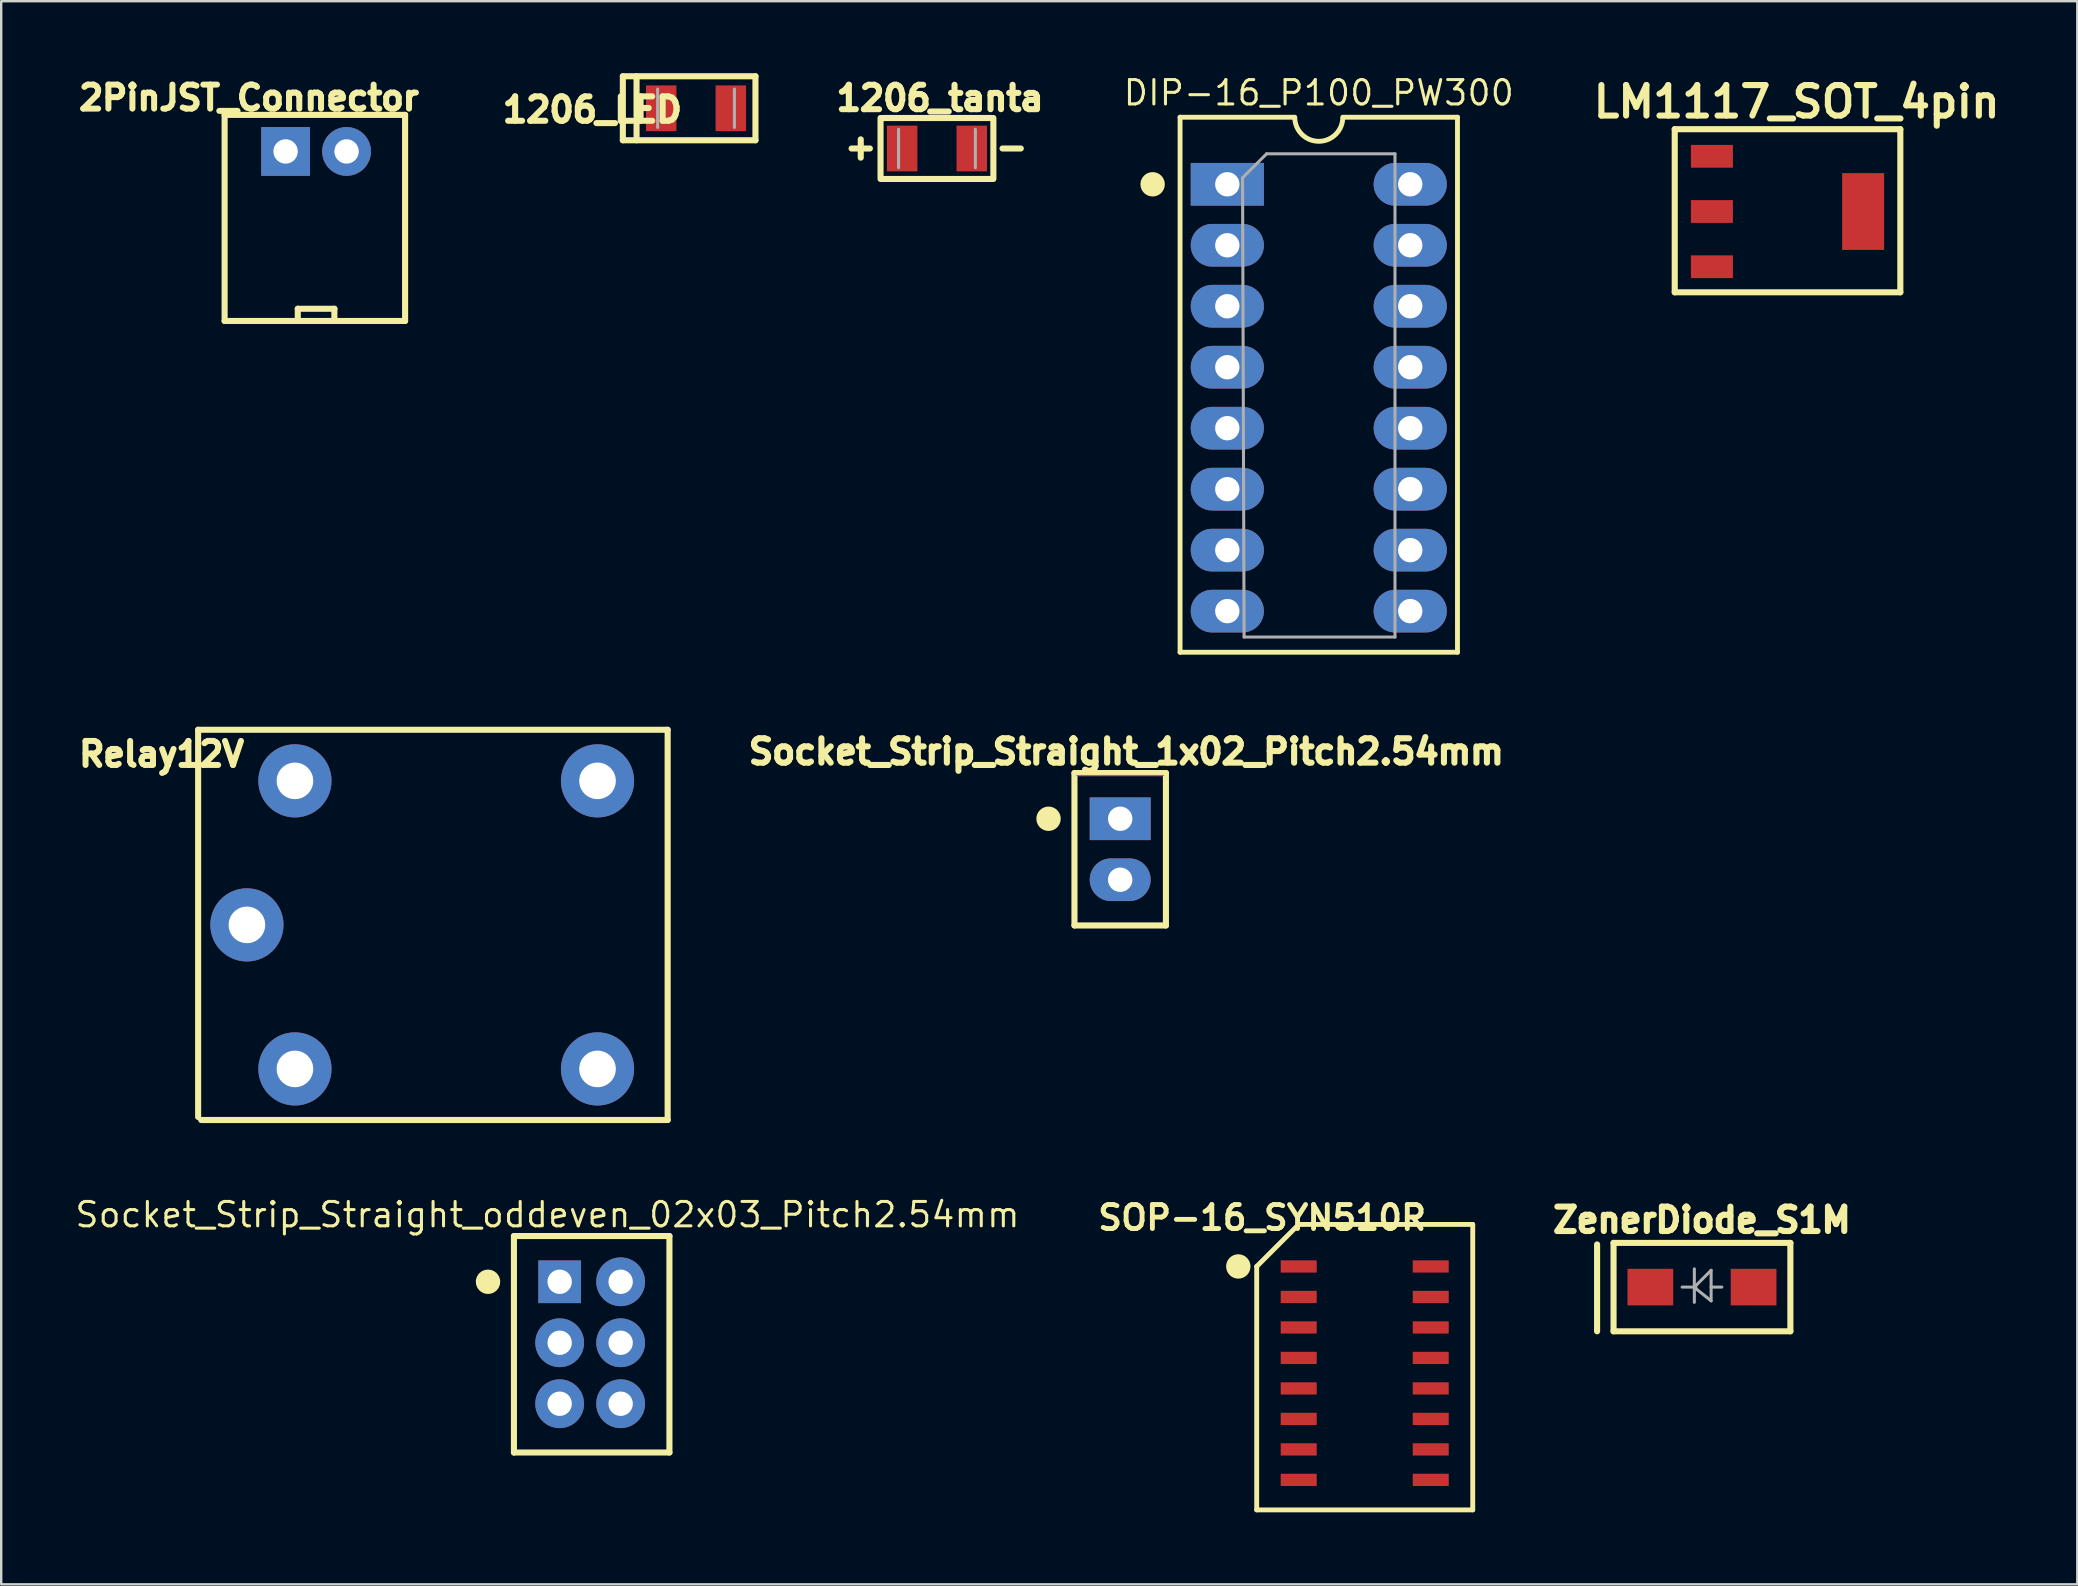
<source format=kicad_pcb>
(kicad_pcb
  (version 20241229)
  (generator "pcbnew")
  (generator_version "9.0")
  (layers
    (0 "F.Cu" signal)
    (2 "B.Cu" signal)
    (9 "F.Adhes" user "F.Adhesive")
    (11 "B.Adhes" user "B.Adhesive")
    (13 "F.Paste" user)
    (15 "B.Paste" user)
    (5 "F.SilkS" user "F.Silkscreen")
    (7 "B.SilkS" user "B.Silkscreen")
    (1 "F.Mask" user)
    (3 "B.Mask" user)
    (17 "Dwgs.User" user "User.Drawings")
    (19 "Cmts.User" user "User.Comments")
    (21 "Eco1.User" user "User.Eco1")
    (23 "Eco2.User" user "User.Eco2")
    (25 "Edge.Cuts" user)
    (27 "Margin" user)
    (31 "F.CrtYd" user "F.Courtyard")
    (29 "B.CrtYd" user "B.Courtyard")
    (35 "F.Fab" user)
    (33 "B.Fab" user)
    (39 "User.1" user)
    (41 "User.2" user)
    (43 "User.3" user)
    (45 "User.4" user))
  (footprint "Socket_Strip_Straight_oddeven_02x03_Pitch2.54mm"
    (layer "F.Cu")
    (at 20.264 50.345)
    (property "Reference" "Socket_Strip_Straight_oddeven_02x03_Pitch2.54mm" (at -0.508 -2.794 0) (layer "F.SilkS") (effects (font (size 1.016 1.016) (thickness 0.127))))
    (attr through_hole)
    (fp_line (start -1.905 -1.905) (end -1.905 7.112) (stroke (width 0.254) (type solid)) (layer "F.SilkS"))
    (fp_line (start -1.905 -1.905) (end 4.572 -1.905) (stroke (width 0.254) (type solid)) (layer "F.SilkS"))
    (fp_line (start -1.905 7.112) (end 4.572 7.112) (stroke (width 0.254) (type solid)) (layer "F.SilkS"))
    (fp_line (start 4.572 7.112) (end 4.572 -1.905) (stroke (width 0.254) (type solid)) (layer "F.SilkS"))
    (fp_circle (center -2.985 0) (end -2.985 0.254) (stroke (width 0.508) (type solid)) (fill no) (layer "F.SilkS"))
    (pad "1" thru_hole rect (at 0 0) (size 1.778 1.778) (drill 1.016) (layers "*.Cu" "*.Mask"))
    (pad "2" thru_hole circle (at 2.54 0) (size 2.032 2.032) (drill 1.016) (layers "*.Cu" "*.Mask"))
    (pad "3" thru_hole circle (at 0 2.54) (size 2.032 2.032) (drill 1.016) (layers "*.Cu" "*.Mask"))
    (pad "4" thru_hole circle (at 2.54 2.54) (size 2.032 2.032) (drill 1.016) (layers "*.Cu" "*.Mask"))
    (pad "5" thru_hole circle (at 0 5.08) (size 2.032 2.032) (drill 1.016) (layers "*.Cu" "*.Mask"))
    (pad "6" thru_hole circle (at 2.54 5.08) (size 2.032 2.032) (drill 1.016) (layers "*.Cu" "*.Mask")))
  (footprint "2PinJST_Connector"
    (layer "F.Cu")
    (at 10.117 3.259)
    (property "Reference" "2PinJST_Connector" (at -2.794 -2.235 0) (layer "F.SilkS") (effects (font (size 1 1) (thickness 0.25))))
    (attr through_hole)
    (fp_line (start -3.81 -1.524) (end -3.81 7.061) (stroke (width 0.254) (type solid)) (layer "F.SilkS"))
    (fp_line (start -3.81 -1.524) (end 3.708 -1.524) (stroke (width 0.254) (type solid)) (layer "F.SilkS"))
    (fp_line (start -3.81 7.061) (end 3.708 7.061) (stroke (width 0.254) (type solid)) (layer "F.SilkS"))
    (fp_line (start -0.762 6.553) (end 0.762 6.553) (stroke (width 0.254) (type solid)) (layer "F.SilkS"))
    (fp_line (start -0.762 7.061) (end -0.762 6.553) (stroke (width 0.254) (type solid)) (layer "F.SilkS"))
    (fp_line (start 0.762 6.553) (end 0.762 7.061) (stroke (width 0.254) (type solid)) (layer "F.SilkS"))
    (fp_line (start 3.708 -1.524) (end 3.708 7.061) (stroke (width 0.254) (type solid)) (layer "F.SilkS"))
    (pad "1" thru_hole rect (at -1.27 0) (size 2.032 2.032) (drill 1.016) (layers "*.Cu" "*.Mask"))
    (pad "2" thru_hole circle (at 1.27 0) (size 2.032 2.032) (drill 1.016) (layers "*.Cu" "*.Mask")))
  (footprint "ZenerDiode_S1M"
    (layer "F.Cu")
    (at 67.849 50.567)
    (property "Reference" "ZenerDiode_S1M" (at 0 -2.794 0) (layer "F.SilkS") (effects (font (size 1.016 1.016) (thickness 0.254))))
    (attr smd)
    (fp_line (start -4.369 -1.778) (end -4.369 1.841) (stroke (width 0.254) (type solid)) (layer "F.SilkS"))
    (fp_line (start -3.683 -1.841) (end -3.683 1.841) (stroke (width 0.254) (type solid)) (layer "F.SilkS"))
    (fp_line (start -3.683 -1.841) (end 3.683 -1.841) (stroke (width 0.254) (type solid)) (layer "F.SilkS"))
    (fp_line (start -3.683 1.841) (end 3.683 1.841) (stroke (width 0.254) (type solid)) (layer "F.SilkS"))
    (fp_line (start 3.683 1.841) (end 3.683 -1.841) (stroke (width 0.254) (type solid)) (layer "F.SilkS"))
    (fp_line (start -0.318 -0.762) (end -0.318 0.635) (stroke (width 0.127) (type solid)) (layer "F.Fab"))
    (fp_line (start -0.254 -0.064) (end 0.381 -0.699) (stroke (width 0.127) (type solid)) (layer "F.Fab"))
    (fp_line (start -0.254 0) (end -0.826 0) (stroke (width 0.127) (type solid)) (layer "F.Fab"))
    (fp_line (start 0.381 -0.699) (end 0.381 0.572) (stroke (width 0.127) (type solid)) (layer "F.Fab"))
    (fp_line (start 0.381 0) (end 0.826 0) (stroke (width 0.127) (type solid)) (layer "F.Fab"))
    (fp_line (start 0.381 0.572) (end -0.254 0.064) (stroke (width 0.127) (type solid)) (layer "F.Fab"))
    (pad "1" smd rect (at -2.15 0 90) (size 1.524 1.905) (layers "F.Cu" "F.Mask" "F.Paste"))
    (pad "2" smd rect (at 2.15 0 90) (size 1.524 1.905) (layers "F.Cu" "F.Mask" "F.Paste")))
  (footprint "1206_tanta"
    (layer "F.Cu")
    (at 34.076 3.136)
    (property "Reference" "1206_tanta" (at 2.032 -2.095 0) (layer "F.SilkS") (effects (font (size 1.016 1.016) (thickness 0.254))))
    (attr smd)
    (fp_line (start -1.651 0) (end -0.889 0) (stroke (width 0.254) (type solid)) (layer "F.SilkS"))
    (fp_line (start -1.27 -0.381) (end -1.27 0.381) (stroke (width 0.254) (type solid)) (layer "F.SilkS"))
    (fp_line (start -0.445 1.27) (end -0.445 -1.27) (stroke (width 0.254) (type solid)) (layer "F.SilkS"))
    (fp_line (start -0.381 -1.27) (end -0.254 -1.27) (stroke (width 0.127) (type solid)) (layer "F.SilkS"))
    (fp_line (start -0.381 -1.27) (end 4.191 -1.27) (stroke (width 0.254) (type solid)) (layer "F.SilkS"))
    (fp_line (start 4.191 1.27) (end -0.381 1.27) (stroke (width 0.254) (type solid)) (layer "F.SilkS"))
    (fp_line (start 4.255 -1.27) (end 4.255 1.27) (stroke (width 0.254) (type solid)) (layer "F.SilkS"))
    (fp_line (start 4.636 0) (end 5.397 0) (stroke (width 0.254) (type solid)) (layer "F.SilkS"))
    (fp_line (start 0.305 0.8) (end 0.305 -0.8) (stroke (width 0.127) (type solid)) (layer "F.Fab"))
    (fp_line (start 3.505 -0.8) (end 3.505 0.8) (stroke (width 0.127) (type solid)) (layer "F.Fab"))
    (pad "1" smd rect (at 0.455 0) (size 1.27 1.905) (layers "F.Cu" "F.Mask" "F.Paste"))
    (pad "2" smd rect (at 3.355 0) (size 1.27 1.905) (layers "F.Cu" "F.Mask" "F.Paste")))
  (footprint "Socket_Strip_Straight_1x02_Pitch2.54mm"
    (layer "F.Cu")
    (at 43.614 31.057)
    (property "Reference" "Socket_Strip_Straight_1x02_Pitch2.54mm" (at 0.254 -2.794 180) (layer "F.SilkS") (effects (font (size 1.016 1.016) (thickness 0.254))))
    (attr through_hole)
    (fp_line (start -1.905 -1.905) (end -1.905 4.445) (stroke (width 0.254) (type solid)) (layer "F.SilkS"))
    (fp_line (start -1.905 -1.905) (end 1.905 -1.905) (stroke (width 0.254) (type solid)) (layer "F.SilkS"))
    (fp_line (start 1.905 4.445) (end -1.905 4.445) (stroke (width 0.254) (type solid)) (layer "F.SilkS"))
    (fp_line (start 1.905 4.445) (end 1.905 -1.905) (stroke (width 0.254) (type solid)) (layer "F.SilkS"))
    (fp_circle (center -2.985 0) (end -2.985 0.254) (stroke (width 0.508) (type solid)) (fill no) (layer "F.SilkS"))
    (fp_line (start 1.8 -1.8) (end -1.8 -1.8) (stroke (width 0.05) (type solid)) (layer "F.CrtYd"))
    (pad "1" thru_hole rect (at 0 0) (size 2.54 1.778) (drill 1.016) (layers "*.Cu" "*.Mask"))
    (pad "2" thru_hole oval (at 0 2.54) (size 2.54 1.778) (drill 1.016) (layers "*.Cu" "*.Mask")))
  (footprint "Relay12V"
    (layer "F.Cu")
    (at 7.236 35.478)
    (property "Reference" "Relay12V" (at -3.556 -7.112 0) (layer "F.SilkS") (effects (font (size 1 1) (thickness 0.25))))
    (attr through_hole)
    (fp_line (start -2.032 -8.128) (end 17.526 -8.128) (stroke (width 0.254) (type solid)) (layer "F.SilkS"))
    (fp_line (start -2.032 8.001) (end -2.032 -8.128) (stroke (width 0.254) (type solid)) (layer "F.SilkS"))
    (fp_line (start 17.526 -8.128) (end 17.526 8.128) (stroke (width 0.254) (type solid)) (layer "F.SilkS"))
    (fp_line (start 17.526 8.128) (end -1.905 8.128) (stroke (width 0.254) (type solid)) (layer "F.SilkS"))
    (pad "1" thru_hole circle (at 2 -6) (size 3.048 3.048) (drill 1.524) (layers "*.Cu" "*.Mask"))
    (pad "2" thru_hole circle (at 2 6) (size 3.048 3.048) (drill 1.524) (layers "*.Cu" "*.Mask"))
    (pad "3" thru_hole circle (at 0 0) (size 3.048 3.048) (drill 1.524) (layers "*.Cu" "*.Mask"))
    (pad "4" thru_hole circle (at 14.605 -6) (size 3.048 3.048) (drill 1.524) (layers "*.Cu" "*.Mask"))
    (pad "5" thru_hole circle (at 14.605 6) (size 3.048 3.048) (drill 1.524) (layers "*.Cu" "*.Mask")))
  (footprint "DIP-16_P100_PW300"
    (layer "F.Cu")
    (at 48.076 4.627)
    (property "Reference" "DIP-16_P100_PW300" (at 3.81 -3.81 0) (layer "F.SilkS") (effects (font (size 1.016 1.016) (thickness 0.127))))
    (attr through_hole)
    (fp_line (start -1.968 19.494) (end -1.968 -2.794) (stroke (width 0.203) (type solid)) (layer "F.SilkS"))
    (fp_line (start 2.794 -2.794) (end -1.968 -2.794) (stroke (width 0.203) (type solid)) (layer "F.SilkS"))
    (fp_line (start 4.826 -2.794) (end 9.588 -2.794) (stroke (width 0.203) (type solid)) (layer "F.SilkS"))
    (fp_line (start 9.588 -2.794) (end 9.588 19.494) (stroke (width 0.203) (type solid)) (layer "F.SilkS"))
    (fp_line (start 9.588 19.494) (end -1.968 19.494) (stroke (width 0.203) (type solid)) (layer "F.SilkS"))
    (fp_arc (start 4.81 -2.7905) (mid 3.81 -1.7905) (end 2.81 -2.7905) (stroke (width 0.2032) (type solid)) (layer "F.SilkS"))
    (fp_circle (center -3.111 0) (end -3.111 0.254) (stroke (width 0.508) (type solid)) (fill no) (layer "F.SilkS"))
    (fp_line (start 0.635 -0.27) (end 1.635 -1.27) (stroke (width 0.127) (type solid)) (layer "F.Fab"))
    (fp_line (start 0.699 18.86) (end 0.635 -0.27) (stroke (width 0.127) (type solid)) (layer "F.Fab"))
    (fp_line (start 0.699 18.86) (end 6.985 18.86) (stroke (width 0.127) (type solid)) (layer "F.Fab"))
    (fp_line (start 1.635 -1.27) (end 6.985 -1.27) (stroke (width 0.127) (type solid)) (layer "F.Fab"))
    (fp_line (start 6.985 -1.27) (end 6.985 18.86) (stroke (width 0.127) (type solid)) (layer "F.Fab"))
    (pad "1" thru_hole rect (at 0 0) (size 3.048 1.778) (drill 1.016) (layers "*.Cu" "*.Mask"))
    (pad "2" thru_hole oval (at 0 2.54) (size 3.048 1.778) (drill 1.016) (layers "*.Cu" "*.Mask"))
    (pad "3" thru_hole oval (at 0 5.08) (size 3.048 1.778) (drill 1.016) (layers "*.Cu" "*.Mask"))
    (pad "4" thru_hole oval (at 0 7.62) (size 3.048 1.778) (drill 1.016) (layers "*.Cu" "*.Mask"))
    (pad "5" thru_hole oval (at 0 10.16) (size 3.048 1.778) (drill 1.016) (layers "*.Cu" "*.Mask"))
    (pad "6" thru_hole oval (at 0 12.7) (size 3.048 1.778) (drill 1.016) (layers "*.Cu" "*.Mask"))
    (pad "7" thru_hole oval (at 0 15.24) (size 3.048 1.778) (drill 1.016) (layers "*.Cu" "*.Mask"))
    (pad "8" thru_hole oval (at 0 17.78) (size 3.048 1.778) (drill 1.016) (layers "*.Cu" "*.Mask"))
    (pad "9" thru_hole oval (at 7.62 17.78) (size 3.048 1.778) (drill 1.016) (layers "*.Cu" "*.Mask"))
    (pad "10" thru_hole oval (at 7.62 15.24) (size 3.048 1.778) (drill 1.016) (layers "*.Cu" "*.Mask"))
    (pad "11" thru_hole oval (at 7.62 12.7) (size 3.048 1.778) (drill 1.016) (layers "*.Cu" "*.Mask"))
    (pad "12" thru_hole oval (at 7.62 10.16) (size 3.048 1.778) (drill 1.016) (layers "*.Cu" "*.Mask"))
    (pad "13" thru_hole oval (at 7.62 7.62) (size 3.048 1.778) (drill 1.016) (layers "*.Cu" "*.Mask"))
    (pad "14" thru_hole oval (at 7.62 5.08) (size 3.048 1.778) (drill 1.016) (layers "*.Cu" "*.Mask"))
    (pad "15" thru_hole oval (at 7.62 2.54) (size 3.048 1.778) (drill 1.016) (layers "*.Cu" "*.Mask"))
    (pad "16" thru_hole oval (at 7.62 0) (size 3.048 1.778) (drill 1.016) (layers "*.Cu" "*.Mask")))
  (footprint "1206_LED"
    (layer "F.Cu")
    (at 24.039 1.46)
    (property "Reference" "1206_LED" (at -2.413 0.064 0) (layer "F.SilkS") (effects (font (size 1.016 1.016) (thickness 0.254))))
    (attr smd)
    (fp_line (start -1.143 -1.333) (end 4.381 -1.333) (stroke (width 0.254) (type solid)) (layer "F.SilkS"))
    (fp_line (start -1.143 1.333) (end -1.143 -1.333) (stroke (width 0.254) (type solid)) (layer "F.SilkS"))
    (fp_line (start -0.572 1.333) (end -0.572 -1.333) (stroke (width 0.254) (type solid)) (layer "F.SilkS"))
    (fp_line (start 4.381 -1.333) (end 4.381 1.333) (stroke (width 0.254) (type solid)) (layer "F.SilkS"))
    (fp_line (start 4.381 1.333) (end -1.143 1.333) (stroke (width 0.254) (type solid)) (layer "F.SilkS"))
    (fp_line (start 0.305 0.8) (end 0.305 -0.8) (stroke (width 0.127) (type solid)) (layer "F.Fab"))
    (fp_line (start 3.505 -0.8) (end 3.505 0.8) (stroke (width 0.127) (type solid)) (layer "F.Fab"))
    (pad "1" smd rect (at 0.455 0) (size 1.27 1.905) (layers "F.Cu" "F.Mask" "F.Paste"))
    (pad "2" smd rect (at 3.355 0) (size 1.27 1.905) (layers "F.Cu" "F.Mask" "F.Paste")))
  (footprint "LM1117_SOT_4pin"
    (layer "F.Cu")
    (at 71.413 5.761)
    (property "Reference" "LM1117_SOT_4pin" (at 0.381 -4.572 0) (layer "F.SilkS") (effects (font (size 1.27 1.27) (thickness 0.254))))
    (attr smd)
    (fp_line (start -4.699 -3.429) (end 4.699 -3.429) (stroke (width 0.254) (type solid)) (layer "F.SilkS"))
    (fp_line (start -4.699 3.365) (end -4.699 -3.429) (stroke (width 0.254) (type solid)) (layer "F.SilkS"))
    (fp_line (start 4.699 -3.429) (end 4.699 3.365) (stroke (width 0.254) (type solid)) (layer "F.SilkS"))
    (fp_line (start 4.699 3.365) (end -4.699 3.365) (stroke (width 0.254) (type solid)) (layer "F.SilkS"))
    (pad "1" smd rect (at -3.15 -2.3 90) (size 0.95 1.75) (layers "F.Cu" "F.Mask" "F.Paste"))
    (pad "2" smd rect (at -3.15 0 90) (size 0.95 1.75) (layers "F.Cu" "F.Mask" "F.Paste"))
    (pad "3" smd rect (at -3.15 2.3 90) (size 0.95 1.75) (layers "F.Cu" "F.Mask" "F.Paste"))
    (pad "4" smd rect (at 3.15 0) (size 1.75 3.2) (layers "F.Cu" "F.Mask" "F.Paste")))
  (footprint "SOP-16_SYN510R"
    (layer "F.Cu")
    (at 51.05 49.707)
    (property "Reference" "SOP-16_SYN510R" (at -1.524 -2.032 0) (layer "F.SilkS") (effects (font (size 1 1) (thickness 0.203))))
    (attr through_hole)
    (fp_line (start -1.75 10.14) (end -1.75 0) (stroke (width 0.203) (type solid)) (layer "F.SilkS"))
    (fp_line (start -1.75 10.14) (end 7.25 10.14) (stroke (width 0.203) (type solid)) (layer "F.SilkS"))
    (fp_line (start 0 -1.75) (end -1.75 0) (stroke (width 0.203) (type solid)) (layer "F.SilkS"))
    (fp_line (start 7.25 -1.75) (end 0 -1.75) (stroke (width 0.203) (type solid)) (layer "F.SilkS"))
    (fp_line (start 7.25 10.14) (end 7.25 -1.75) (stroke (width 0.203) (type solid)) (layer "F.SilkS"))
    (fp_circle (center -2.516 0) (end -2.262 0) (stroke (width 0.508) (type solid)) (fill no) (layer "F.SilkS"))
    (pad "1" smd rect (at 0 0) (size 1.5 0.51) (layers "F.Cu" "F.Mask" "F.Paste"))
    (pad "2" smd rect (at 0 1.27) (size 1.5 0.51) (layers "F.Cu" "F.Mask" "F.Paste"))
    (pad "3" smd rect (at 0 2.54) (size 1.5 0.51) (layers "F.Cu" "F.Mask" "F.Paste"))
    (pad "4" smd rect (at 0 3.81) (size 1.5 0.51) (layers "F.Cu" "F.Mask" "F.Paste"))
    (pad "5" smd rect (at 0 5.08) (size 1.5 0.51) (layers "F.Cu" "F.Mask" "F.Paste"))
    (pad "6" smd rect (at 0 6.35) (size 1.5 0.51) (layers "F.Cu" "F.Mask" "F.Paste"))
    (pad "7" smd rect (at 0 7.62) (size 1.5 0.51) (layers "F.Cu" "F.Mask" "F.Paste"))
    (pad "8" smd rect (at 0 8.89) (size 1.5 0.51) (layers "F.Cu" "F.Mask" "F.Paste"))
    (pad "9" smd rect (at 5.5 8.89) (size 1.5 0.51) (layers "F.Cu" "F.Mask" "F.Paste"))
    (pad "10" smd rect (at 5.5 7.62) (size 1.5 0.51) (layers "F.Cu" "F.Mask" "F.Paste"))
    (pad "11" smd rect (at 5.5 6.35) (size 1.5 0.51) (layers "F.Cu" "F.Mask" "F.Paste"))
    (pad "12" smd rect (at 5.5 5.08) (size 1.5 0.51) (layers "F.Cu" "F.Mask" "F.Paste"))
    (pad "13" smd rect (at 5.5 3.81) (size 1.5 0.51) (layers "F.Cu" "F.Mask" "F.Paste"))
    (pad "14" smd rect (at 5.5 2.54) (size 1.5 0.51) (layers "F.Cu" "F.Mask" "F.Paste"))
    (pad "15" smd rect (at 5.5 1.27) (size 1.5 0.51) (layers "F.Cu" "F.Mask" "F.Paste"))
    (pad "16" smd rect (at 5.5 0) (size 1.5 0.51) (layers "F.Cu" "F.Mask" "F.Paste")))
  (gr_rect
    (start -3 -3)
    (end 83.484 62.949)
    (stroke (width 0.1) (type default))
    (fill no)
    (layer "Edge.Cuts")))
</source>
